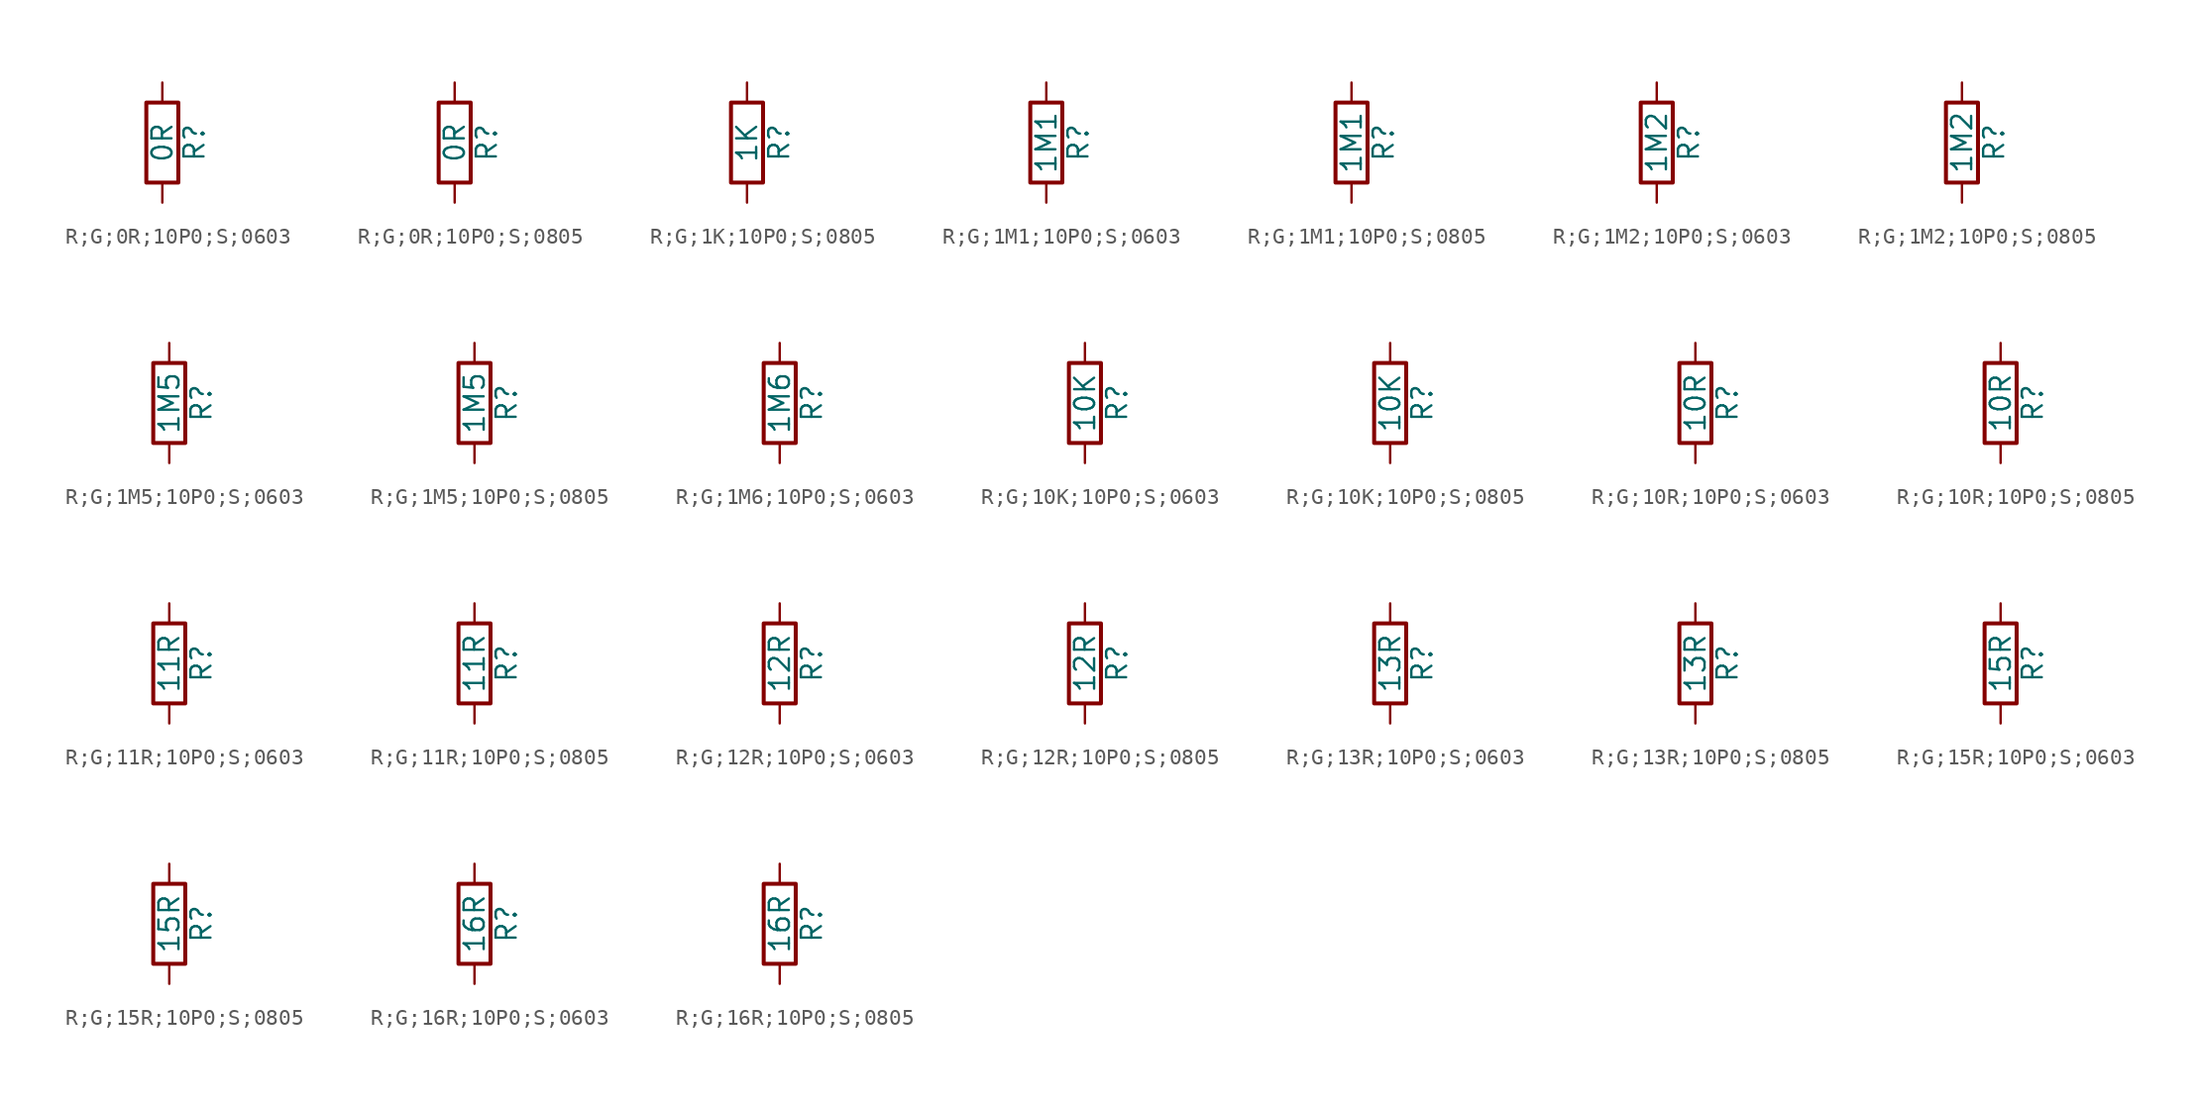
<source format=kicad_sym>
(kicad_symbol_lib
  (version 20231120)
  (generator "kicad_symbol_editor")
  (generator_version "8.0")
  (symbol "R;G;0R;10P0;S;0603"
    (pin_numbers hide)
    (pin_names
      (offset 0))
    (property "Reference" "R"
      (at 2.032 0 90)
      (effects (font (size 1.27 1.27))))
    (property "Value" "0R"
      (at 0 0 90)
      (effects (font (size 1.27 1.27))))
    (symbol "R;G;0R;10P0;S;0603_0_1"
      (rectangle (start -1.016 -2.54) (end 1.016 2.54) (stroke (width 0.254) (type default)) (fill (type none))))
    (symbol "R;G;0R;10P0;S;0603_1_1"
      (pin passive line (at 0 3.81 270) (length 1.27) (name "~" (effects (font (size 1.27 1.27)))) (number "1" (effects (font (size 1.27 1.27)))))
      (pin passive line (at 0 -3.81 90) (length 1.27) (name "~" (effects (font (size 1.27 1.27)))) (number "2" (effects (font (size 1.27 1.27)))))))
  (symbol "R;G;0R;10P0;S;0805"
    (pin_numbers hide)
    (pin_names
      (offset 0))
    (property "Reference" "R"
      (at 2.032 0 90)
      (effects (font (size 1.27 1.27))))
    (property "Value" "0R"
      (at 0 0 90)
      (effects (font (size 1.27 1.27))))
    (symbol "R;G;0R;10P0;S;0805_0_1"
      (rectangle (start -1.016 -2.54) (end 1.016 2.54) (stroke (width 0.254) (type default)) (fill (type none))))
    (symbol "R;G;0R;10P0;S;0805_1_1"
      (pin passive line (at 0 3.81 270) (length 1.27) (name "~" (effects (font (size 1.27 1.27)))) (number "1" (effects (font (size 1.27 1.27)))))
      (pin passive line (at 0 -3.81 90) (length 1.27) (name "~" (effects (font (size 1.27 1.27)))) (number "2" (effects (font (size 1.27 1.27)))))))
  (symbol "R;G;1K;10P0;S;0805"
    (pin_numbers hide)
    (pin_names
      (offset 0))
    (property "Reference" "R"
      (at 2.032 0 90)
      (effects (font (size 1.27 1.27))))
    (property "Value" "1K"
      (at 0 0 90)
      (effects (font (size 1.27 1.27))))
    (symbol "R;G;1K;10P0;S;0805_0_1"
      (rectangle (start -1.016 -2.54) (end 1.016 2.54) (stroke (width 0.254) (type default)) (fill (type none))))
    (symbol "R;G;1K;10P0;S;0805_1_1"
      (pin passive line (at 0 3.81 270) (length 1.27) (name "~" (effects (font (size 1.27 1.27)))) (number "1" (effects (font (size 1.27 1.27)))))
      (pin passive line (at 0 -3.81 90) (length 1.27) (name "~" (effects (font (size 1.27 1.27)))) (number "2" (effects (font (size 1.27 1.27)))))))
  (symbol "R;G;1M1;10P0;S;0603"
    (pin_numbers hide)
    (pin_names
      (offset 0))
    (property "Reference" "R"
      (at 2.032 0 90)
      (effects (font (size 1.27 1.27))))
    (property "Value" "1M1"
      (at 0 0 90)
      (effects (font (size 1.27 1.27))))
    (symbol "R;G;1M1;10P0;S;0603_0_1"
      (rectangle (start -1.016 -2.54) (end 1.016 2.54) (stroke (width 0.254) (type default)) (fill (type none))))
    (symbol "R;G;1M1;10P0;S;0603_1_1"
      (pin passive line (at 0 3.81 270) (length 1.27) (name "~" (effects (font (size 1.27 1.27)))) (number "1" (effects (font (size 1.27 1.27)))))
      (pin passive line (at 0 -3.81 90) (length 1.27) (name "~" (effects (font (size 1.27 1.27)))) (number "2" (effects (font (size 1.27 1.27)))))))
  (symbol "R;G;1M1;10P0;S;0805"
    (pin_numbers hide)
    (pin_names
      (offset 0))
    (property "Reference" "R"
      (at 2.032 0 90)
      (effects (font (size 1.27 1.27))))
    (property "Value" "1M1"
      (at 0 0 90)
      (effects (font (size 1.27 1.27))))
    (symbol "R;G;1M1;10P0;S;0805_0_1"
      (rectangle (start -1.016 -2.54) (end 1.016 2.54) (stroke (width 0.254) (type default)) (fill (type none))))
    (symbol "R;G;1M1;10P0;S;0805_1_1"
      (pin passive line (at 0 3.81 270) (length 1.27) (name "~" (effects (font (size 1.27 1.27)))) (number "1" (effects (font (size 1.27 1.27)))))
      (pin passive line (at 0 -3.81 90) (length 1.27) (name "~" (effects (font (size 1.27 1.27)))) (number "2" (effects (font (size 1.27 1.27)))))))
  (symbol "R;G;1M2;10P0;S;0603"
    (pin_numbers hide)
    (pin_names
      (offset 0))
    (property "Reference" "R"
      (at 2.032 0 90)
      (effects (font (size 1.27 1.27))))
    (property "Value" "1M2"
      (at 0 0 90)
      (effects (font (size 1.27 1.27))))
    (symbol "R;G;1M2;10P0;S;0603_0_1"
      (rectangle (start -1.016 -2.54) (end 1.016 2.54) (stroke (width 0.254) (type default)) (fill (type none))))
    (symbol "R;G;1M2;10P0;S;0603_1_1"
      (pin passive line (at 0 3.81 270) (length 1.27) (name "~" (effects (font (size 1.27 1.27)))) (number "1" (effects (font (size 1.27 1.27)))))
      (pin passive line (at 0 -3.81 90) (length 1.27) (name "~" (effects (font (size 1.27 1.27)))) (number "2" (effects (font (size 1.27 1.27)))))))
  (symbol "R;G;1M2;10P0;S;0805"
    (pin_numbers hide)
    (pin_names
      (offset 0))
    (property "Reference" "R"
      (at 2.032 0 90)
      (effects (font (size 1.27 1.27))))
    (property "Value" "1M2"
      (at 0 0 90)
      (effects (font (size 1.27 1.27))))
    (symbol "R;G;1M2;10P0;S;0805_0_1"
      (rectangle (start -1.016 -2.54) (end 1.016 2.54) (stroke (width 0.254) (type default)) (fill (type none))))
    (symbol "R;G;1M2;10P0;S;0805_1_1"
      (pin passive line (at 0 3.81 270) (length 1.27) (name "~" (effects (font (size 1.27 1.27)))) (number "1" (effects (font (size 1.27 1.27)))))
      (pin passive line (at 0 -3.81 90) (length 1.27) (name "~" (effects (font (size 1.27 1.27)))) (number "2" (effects (font (size 1.27 1.27)))))))
  (symbol "R;G;1M5;10P0;S;0603"
    (pin_numbers hide)
    (pin_names
      (offset 0))
    (property "Reference" "R"
      (at 2.032 0 90)
      (effects (font (size 1.27 1.27))))
    (property "Value" "1M5"
      (at 0 0 90)
      (effects (font (size 1.27 1.27))))
    (symbol "R;G;1M5;10P0;S;0603_0_1"
      (rectangle (start -1.016 -2.54) (end 1.016 2.54) (stroke (width 0.254) (type default)) (fill (type none))))
    (symbol "R;G;1M5;10P0;S;0603_1_1"
      (pin passive line (at 0 3.81 270) (length 1.27) (name "~" (effects (font (size 1.27 1.27)))) (number "1" (effects (font (size 1.27 1.27)))))
      (pin passive line (at 0 -3.81 90) (length 1.27) (name "~" (effects (font (size 1.27 1.27)))) (number "2" (effects (font (size 1.27 1.27)))))))
  (symbol "R;G;1M5;10P0;S;0805"
    (pin_numbers hide)
    (pin_names
      (offset 0))
    (property "Reference" "R"
      (at 2.032 0 90)
      (effects (font (size 1.27 1.27))))
    (property "Value" "1M5"
      (at 0 0 90)
      (effects (font (size 1.27 1.27))))
    (symbol "R;G;1M5;10P0;S;0805_0_1"
      (rectangle (start -1.016 -2.54) (end 1.016 2.54) (stroke (width 0.254) (type default)) (fill (type none))))
    (symbol "R;G;1M5;10P0;S;0805_1_1"
      (pin passive line (at 0 3.81 270) (length 1.27) (name "~" (effects (font (size 1.27 1.27)))) (number "1" (effects (font (size 1.27 1.27)))))
      (pin passive line (at 0 -3.81 90) (length 1.27) (name "~" (effects (font (size 1.27 1.27)))) (number "2" (effects (font (size 1.27 1.27)))))))
  (symbol "R;G;1M6;10P0;S;0603"
    (pin_numbers hide)
    (pin_names
      (offset 0))
    (property "Reference" "R"
      (at 2.032 0 90)
      (effects (font (size 1.27 1.27))))
    (property "Value" "1M6"
      (at 0 0 90)
      (effects (font (size 1.27 1.27))))
    (symbol "R;G;1M6;10P0;S;0603_0_1"
      (rectangle (start -1.016 -2.54) (end 1.016 2.54) (stroke (width 0.254) (type default)) (fill (type none))))
    (symbol "R;G;1M6;10P0;S;0603_1_1"
      (pin passive line (at 0 3.81 270) (length 1.27) (name "~" (effects (font (size 1.27 1.27)))) (number "1" (effects (font (size 1.27 1.27)))))
      (pin passive line (at 0 -3.81 90) (length 1.27) (name "~" (effects (font (size 1.27 1.27)))) (number "2" (effects (font (size 1.27 1.27)))))))
  (symbol "R;G;10K;10P0;S;0603"
    (pin_numbers hide)
    (pin_names
      (offset 0))
    (property "Reference" "R"
      (at 2.032 0 90)
      (effects (font (size 1.27 1.27))))
    (property "Value" "10K"
      (at 0 0 90)
      (effects (font (size 1.27 1.27))))
    (symbol "R;G;10K;10P0;S;0603_0_1"
      (rectangle (start -1.016 -2.54) (end 1.016 2.54) (stroke (width 0.254) (type default)) (fill (type none))))
    (symbol "R;G;10K;10P0;S;0603_1_1"
      (pin passive line (at 0 3.81 270) (length 1.27) (name "~" (effects (font (size 1.27 1.27)))) (number "1" (effects (font (size 1.27 1.27)))))
      (pin passive line (at 0 -3.81 90) (length 1.27) (name "~" (effects (font (size 1.27 1.27)))) (number "2" (effects (font (size 1.27 1.27)))))))
  (symbol "R;G;10K;10P0;S;0805"
    (pin_numbers hide)
    (pin_names
      (offset 0))
    (property "Reference" "R"
      (at 2.032 0 90)
      (effects (font (size 1.27 1.27))))
    (property "Value" "10K"
      (at 0 0 90)
      (effects (font (size 1.27 1.27))))
    (symbol "R;G;10K;10P0;S;0805_0_1"
      (rectangle (start -1.016 -2.54) (end 1.016 2.54) (stroke (width 0.254) (type default)) (fill (type none))))
    (symbol "R;G;10K;10P0;S;0805_1_1"
      (pin passive line (at 0 3.81 270) (length 1.27) (name "~" (effects (font (size 1.27 1.27)))) (number "1" (effects (font (size 1.27 1.27)))))
      (pin passive line (at 0 -3.81 90) (length 1.27) (name "~" (effects (font (size 1.27 1.27)))) (number "2" (effects (font (size 1.27 1.27)))))))
  (symbol "R;G;10R;10P0;S;0603"
    (pin_numbers hide)
    (pin_names
      (offset 0))
    (property "Reference" "R"
      (at 2.032 0 90)
      (effects (font (size 1.27 1.27))))
    (property "Value" "10R"
      (at 0 0 90)
      (effects (font (size 1.27 1.27))))
    (symbol "R;G;10R;10P0;S;0603_0_1"
      (rectangle (start -1.016 -2.54) (end 1.016 2.54) (stroke (width 0.254) (type default)) (fill (type none))))
    (symbol "R;G;10R;10P0;S;0603_1_1"
      (pin passive line (at 0 3.81 270) (length 1.27) (name "~" (effects (font (size 1.27 1.27)))) (number "1" (effects (font (size 1.27 1.27)))))
      (pin passive line (at 0 -3.81 90) (length 1.27) (name "~" (effects (font (size 1.27 1.27)))) (number "2" (effects (font (size 1.27 1.27)))))))
  (symbol "R;G;10R;10P0;S;0805"
    (pin_numbers hide)
    (pin_names
      (offset 0))
    (property "Reference" "R"
      (at 2.032 0 90)
      (effects (font (size 1.27 1.27))))
    (property "Value" "10R"
      (at 0 0 90)
      (effects (font (size 1.27 1.27))))
    (symbol "R;G;10R;10P0;S;0805_0_1"
      (rectangle (start -1.016 -2.54) (end 1.016 2.54) (stroke (width 0.254) (type default)) (fill (type none))))
    (symbol "R;G;10R;10P0;S;0805_1_1"
      (pin passive line (at 0 3.81 270) (length 1.27) (name "~" (effects (font (size 1.27 1.27)))) (number "1" (effects (font (size 1.27 1.27)))))
      (pin passive line (at 0 -3.81 90) (length 1.27) (name "~" (effects (font (size 1.27 1.27)))) (number "2" (effects (font (size 1.27 1.27)))))))
  (symbol "R;G;11R;10P0;S;0603"
    (pin_numbers hide)
    (pin_names
      (offset 0))
    (property "Reference" "R"
      (at 2.032 0 90)
      (effects (font (size 1.27 1.27))))
    (property "Value" "11R"
      (at 0 0 90)
      (effects (font (size 1.27 1.27))))
    (symbol "R;G;11R;10P0;S;0603_0_1"
      (rectangle (start -1.016 -2.54) (end 1.016 2.54) (stroke (width 0.254) (type default)) (fill (type none))))
    (symbol "R;G;11R;10P0;S;0603_1_1"
      (pin passive line (at 0 3.81 270) (length 1.27) (name "~" (effects (font (size 1.27 1.27)))) (number "1" (effects (font (size 1.27 1.27)))))
      (pin passive line (at 0 -3.81 90) (length 1.27) (name "~" (effects (font (size 1.27 1.27)))) (number "2" (effects (font (size 1.27 1.27)))))))
  (symbol "R;G;11R;10P0;S;0805"
    (pin_numbers hide)
    (pin_names
      (offset 0))
    (property "Reference" "R"
      (at 2.032 0 90)
      (effects (font (size 1.27 1.27))))
    (property "Value" "11R"
      (at 0 0 90)
      (effects (font (size 1.27 1.27))))
    (symbol "R;G;11R;10P0;S;0805_0_1"
      (rectangle (start -1.016 -2.54) (end 1.016 2.54) (stroke (width 0.254) (type default)) (fill (type none))))
    (symbol "R;G;11R;10P0;S;0805_1_1"
      (pin passive line (at 0 3.81 270) (length 1.27) (name "~" (effects (font (size 1.27 1.27)))) (number "1" (effects (font (size 1.27 1.27)))))
      (pin passive line (at 0 -3.81 90) (length 1.27) (name "~" (effects (font (size 1.27 1.27)))) (number "2" (effects (font (size 1.27 1.27)))))))
  (symbol "R;G;12R;10P0;S;0603"
    (pin_numbers hide)
    (pin_names
      (offset 0))
    (property "Reference" "R"
      (at 2.032 0 90)
      (effects (font (size 1.27 1.27))))
    (property "Value" "12R"
      (at 0 0 90)
      (effects (font (size 1.27 1.27))))
    (symbol "R;G;12R;10P0;S;0603_0_1"
      (rectangle (start -1.016 -2.54) (end 1.016 2.54) (stroke (width 0.254) (type default)) (fill (type none))))
    (symbol "R;G;12R;10P0;S;0603_1_1"
      (pin passive line (at 0 3.81 270) (length 1.27) (name "~" (effects (font (size 1.27 1.27)))) (number "1" (effects (font (size 1.27 1.27)))))
      (pin passive line (at 0 -3.81 90) (length 1.27) (name "~" (effects (font (size 1.27 1.27)))) (number "2" (effects (font (size 1.27 1.27)))))))
  (symbol "R;G;12R;10P0;S;0805"
    (pin_numbers hide)
    (pin_names
      (offset 0))
    (property "Reference" "R"
      (at 2.032 0 90)
      (effects (font (size 1.27 1.27))))
    (property "Value" "12R"
      (at 0 0 90)
      (effects (font (size 1.27 1.27))))
    (symbol "R;G;12R;10P0;S;0805_0_1"
      (rectangle (start -1.016 -2.54) (end 1.016 2.54) (stroke (width 0.254) (type default)) (fill (type none))))
    (symbol "R;G;12R;10P0;S;0805_1_1"
      (pin passive line (at 0 3.81 270) (length 1.27) (name "~" (effects (font (size 1.27 1.27)))) (number "1" (effects (font (size 1.27 1.27)))))
      (pin passive line (at 0 -3.81 90) (length 1.27) (name "~" (effects (font (size 1.27 1.27)))) (number "2" (effects (font (size 1.27 1.27)))))))
  (symbol "R;G;13R;10P0;S;0603"
    (pin_numbers hide)
    (pin_names
      (offset 0))
    (property "Reference" "R"
      (at 2.032 0 90)
      (effects (font (size 1.27 1.27))))
    (property "Value" "13R"
      (at 0 0 90)
      (effects (font (size 1.27 1.27))))
    (symbol "R;G;13R;10P0;S;0603_0_1"
      (rectangle (start -1.016 -2.54) (end 1.016 2.54) (stroke (width 0.254) (type default)) (fill (type none))))
    (symbol "R;G;13R;10P0;S;0603_1_1"
      (pin passive line (at 0 3.81 270) (length 1.27) (name "~" (effects (font (size 1.27 1.27)))) (number "1" (effects (font (size 1.27 1.27)))))
      (pin passive line (at 0 -3.81 90) (length 1.27) (name "~" (effects (font (size 1.27 1.27)))) (number "2" (effects (font (size 1.27 1.27)))))))
  (symbol "R;G;13R;10P0;S;0805"
    (pin_numbers hide)
    (pin_names
      (offset 0))
    (property "Reference" "R"
      (at 2.032 0 90)
      (effects (font (size 1.27 1.27))))
    (property "Value" "13R"
      (at 0 0 90)
      (effects (font (size 1.27 1.27))))
    (symbol "R;G;13R;10P0;S;0805_0_1"
      (rectangle (start -1.016 -2.54) (end 1.016 2.54) (stroke (width 0.254) (type default)) (fill (type none))))
    (symbol "R;G;13R;10P0;S;0805_1_1"
      (pin passive line (at 0 3.81 270) (length 1.27) (name "~" (effects (font (size 1.27 1.27)))) (number "1" (effects (font (size 1.27 1.27)))))
      (pin passive line (at 0 -3.81 90) (length 1.27) (name "~" (effects (font (size 1.27 1.27)))) (number "2" (effects (font (size 1.27 1.27)))))))
  (symbol "R;G;15R;10P0;S;0603"
    (pin_numbers hide)
    (pin_names
      (offset 0))
    (property "Reference" "R"
      (at 2.032 0 90)
      (effects (font (size 1.27 1.27))))
    (property "Value" "15R"
      (at 0 0 90)
      (effects (font (size 1.27 1.27))))
    (symbol "R;G;15R;10P0;S;0603_0_1"
      (rectangle (start -1.016 -2.54) (end 1.016 2.54) (stroke (width 0.254) (type default)) (fill (type none))))
    (symbol "R;G;15R;10P0;S;0603_1_1"
      (pin passive line (at 0 3.81 270) (length 1.27) (name "~" (effects (font (size 1.27 1.27)))) (number "1" (effects (font (size 1.27 1.27)))))
      (pin passive line (at 0 -3.81 90) (length 1.27) (name "~" (effects (font (size 1.27 1.27)))) (number "2" (effects (font (size 1.27 1.27)))))))
  (symbol "R;G;15R;10P0;S;0805"
    (pin_numbers hide)
    (pin_names
      (offset 0))
    (property "Reference" "R"
      (at 2.032 0 90)
      (effects (font (size 1.27 1.27))))
    (property "Value" "15R"
      (at 0 0 90)
      (effects (font (size 1.27 1.27))))
    (symbol "R;G;15R;10P0;S;0805_0_1"
      (rectangle (start -1.016 -2.54) (end 1.016 2.54) (stroke (width 0.254) (type default)) (fill (type none))))
    (symbol "R;G;15R;10P0;S;0805_1_1"
      (pin passive line (at 0 3.81 270) (length 1.27) (name "~" (effects (font (size 1.27 1.27)))) (number "1" (effects (font (size 1.27 1.27)))))
      (pin passive line (at 0 -3.81 90) (length 1.27) (name "~" (effects (font (size 1.27 1.27)))) (number "2" (effects (font (size 1.27 1.27)))))))
  (symbol "R;G;16R;10P0;S;0603"
    (pin_numbers hide)
    (pin_names
      (offset 0))
    (property "Reference" "R"
      (at 2.032 0 90)
      (effects (font (size 1.27 1.27))))
    (property "Value" "16R"
      (at 0 0 90)
      (effects (font (size 1.27 1.27))))
    (symbol "R;G;16R;10P0;S;0603_0_1"
      (rectangle (start -1.016 -2.54) (end 1.016 2.54) (stroke (width 0.254) (type default)) (fill (type none))))
    (symbol "R;G;16R;10P0;S;0603_1_1"
      (pin passive line (at 0 3.81 270) (length 1.27) (name "~" (effects (font (size 1.27 1.27)))) (number "1" (effects (font (size 1.27 1.27)))))
      (pin passive line (at 0 -3.81 90) (length 1.27) (name "~" (effects (font (size 1.27 1.27)))) (number "2" (effects (font (size 1.27 1.27)))))))
  (symbol "R;G;16R;10P0;S;0805"
    (pin_numbers hide)
    (pin_names
      (offset 0))
    (property "Reference" "R"
      (at 2.032 0 90)
      (effects (font (size 1.27 1.27))))
    (property "Value" "16R"
      (at 0 0 90)
      (effects (font (size 1.27 1.27))))
    (symbol "R;G;16R;10P0;S;0805_0_1"
      (rectangle (start -1.016 -2.54) (end 1.016 2.54) (stroke (width 0.254) (type default)) (fill (type none))))
    (symbol "R;G;16R;10P0;S;0805_1_1"
      (pin passive line (at 0 3.81 270) (length 1.27) (name "~" (effects (font (size 1.27 1.27)))) (number "1" (effects (font (size 1.27 1.27)))))
      (pin passive line (at 0 -3.81 90) (length 1.27) (name "~" (effects (font (size 1.27 1.27)))) (number "2" (effects (font (size 1.27 1.27))))))))
</source>
